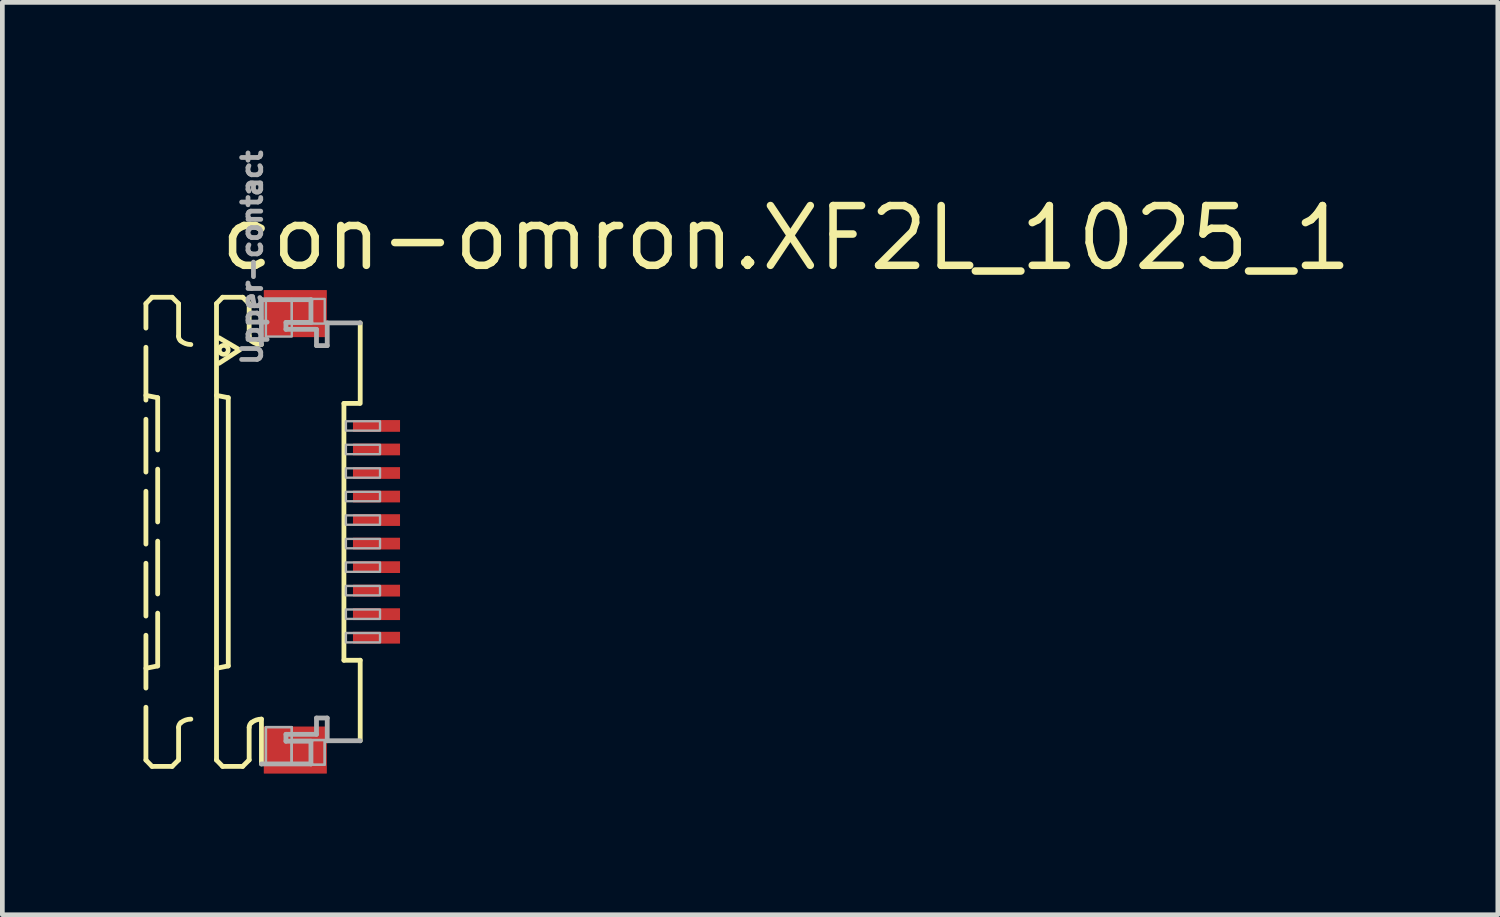
<source format=kicad_pcb>
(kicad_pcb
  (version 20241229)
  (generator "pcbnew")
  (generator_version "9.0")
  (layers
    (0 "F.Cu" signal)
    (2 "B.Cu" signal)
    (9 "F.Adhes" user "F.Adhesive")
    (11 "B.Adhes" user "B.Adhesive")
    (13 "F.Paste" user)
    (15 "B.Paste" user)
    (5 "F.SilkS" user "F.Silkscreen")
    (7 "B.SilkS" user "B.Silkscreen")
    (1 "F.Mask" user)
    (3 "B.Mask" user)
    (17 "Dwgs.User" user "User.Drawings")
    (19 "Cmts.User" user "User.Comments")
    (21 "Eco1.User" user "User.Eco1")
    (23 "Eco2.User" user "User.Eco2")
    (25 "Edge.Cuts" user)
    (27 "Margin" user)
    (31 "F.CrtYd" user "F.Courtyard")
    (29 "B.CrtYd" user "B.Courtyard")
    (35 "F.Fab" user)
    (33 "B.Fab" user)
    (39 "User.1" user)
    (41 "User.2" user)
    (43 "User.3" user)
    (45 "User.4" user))
  (footprint "con-omron.XF2L_1025_1"
    (layer "F.Cu")
    (at 3.046 8.252)
    (property "Reference" "con-omron.XF2L_1025_1" (at -1.5 -5.5 0) (layer "F.SilkS") (effects (font (size 1.27 1.27) (thickness 0.16)) (justify left bottom)))
    (attr smd)
    (fp_rect (start 1.355 -2.075) (end 2.455 -2.425) (stroke (width 0.05) (type default)) (fill yes) (layer "F.Mask"))
    (fp_rect (start 1.355 -1.575) (end 2.455 -1.925) (stroke (width 0.05) (type default)) (fill yes) (layer "F.Mask"))
    (fp_rect (start 1.355 -1.075) (end 2.455 -1.425) (stroke (width 0.05) (type default)) (fill yes) (layer "F.Mask"))
    (fp_rect (start 1.355 -0.575) (end 2.455 -0.925) (stroke (width 0.05) (type default)) (fill yes) (layer "F.Mask"))
    (fp_rect (start 1.355 -0.075) (end 2.455 -0.425) (stroke (width 0.05) (type default)) (fill yes) (layer "F.Mask"))
    (fp_rect (start 1.355 0.425) (end 2.455 0.075) (stroke (width 0.05) (type default)) (fill yes) (layer "F.Mask"))
    (fp_rect (start 1.355 0.925) (end 2.455 0.575) (stroke (width 0.05) (type default)) (fill yes) (layer "F.Mask"))
    (fp_rect (start 1.355 1.425) (end 2.455 1.075) (stroke (width 0.05) (type default)) (fill yes) (layer "F.Mask"))
    (fp_rect (start 1.355 1.925) (end 2.455 1.575) (stroke (width 0.05) (type default)) (fill yes) (layer "F.Mask"))
    (fp_rect (start 1.355 2.425) (end 2.455 2.075) (stroke (width 0.05) (type default)) (fill yes) (layer "F.Mask"))
    (fp_line (start -2.995 -4.85) (end -2.865 -4.985) (stroke (width 0.102) (type default)) (layer "F.SilkS"))
    (fp_line (start -2.995 -2.9) (end -2.745 -2.85) (stroke (width 0.102) (type default)) (layer "F.SilkS"))
    (fp_line (start -2.995 4.85) (end -2.995 -4.85) (stroke (width 0.102) (type dash)) (layer "F.SilkS"))
    (fp_line (start -2.995 4.85) (end -2.865 4.985) (stroke (width 0.102) (type default)) (layer "F.SilkS"))
    (fp_line (start -2.865 -4.985) (end -2.438 -4.985) (stroke (width 0.102) (type dash)) (layer "F.SilkS"))
    (fp_line (start -2.865 4.985) (end -2.438 4.985) (stroke (width 0.102) (type dash)) (layer "F.SilkS"))
    (fp_line (start -2.745 2.85) (end -2.995 2.9) (stroke (width 0.102) (type default)) (layer "F.SilkS"))
    (fp_line (start -2.745 2.85) (end -2.745 -2.85) (stroke (width 0.102) (type dash)) (layer "F.SilkS"))
    (fp_line (start -2.438 -4.985) (end -2.301 -4.848) (stroke (width 0.102) (type default)) (layer "F.SilkS"))
    (fp_line (start -2.438 4.985) (end -2.301 4.848) (stroke (width 0.102) (type default)) (layer "F.SilkS"))
    (fp_line (start -2.301 -4.848) (end -2.301 -4.156) (stroke (width 0.102) (type dash)) (layer "F.SilkS"))
    (fp_line (start -2.301 4.848) (end -2.301 4.156) (stroke (width 0.102) (type dash)) (layer "F.SilkS"))
    (fp_line (start -1.495 -4.85) (end -1.365 -4.985) (stroke (width 0.102) (type default)) (layer "F.SilkS"))
    (fp_line (start -1.495 -2.9) (end -1.245 -2.85) (stroke (width 0.102) (type default)) (layer "F.SilkS"))
    (fp_line (start -1.495 4.85) (end -1.495 -4.85) (stroke (width 0.102) (type default)) (layer "F.SilkS"))
    (fp_line (start -1.495 4.85) (end -1.365 4.985) (stroke (width 0.102) (type default)) (layer "F.SilkS"))
    (fp_line (start -1.441 -4.123) (end -1.005 -3.867) (stroke (width 0.102) (type default)) (layer "F.SilkS"))
    (fp_line (start -1.365 -4.985) (end -0.939 -4.985) (stroke (width 0.102) (type default)) (layer "F.SilkS"))
    (fp_line (start -1.365 4.985) (end -0.939 4.985) (stroke (width 0.102) (type default)) (layer "F.SilkS"))
    (fp_line (start -1.245 2.85) (end -1.495 2.9) (stroke (width 0.102) (type default)) (layer "F.SilkS"))
    (fp_line (start -1.245 2.85) (end -1.245 -2.85) (stroke (width 0.102) (type default)) (layer "F.SilkS"))
    (fp_line (start -1.005 -3.867) (end -1.441 -3.582) (stroke (width 0.102) (type default)) (layer "F.SilkS"))
    (fp_line (start -0.939 -4.985) (end -0.801 -4.848) (stroke (width 0.102) (type default)) (layer "F.SilkS"))
    (fp_line (start -0.939 4.985) (end -0.801 4.848) (stroke (width 0.102) (type default)) (layer "F.SilkS"))
    (fp_line (start -0.801 -4.848) (end -0.801 -4.156) (stroke (width 0.102) (type default)) (layer "F.SilkS"))
    (fp_line (start -0.801 4.848) (end -0.801 4.156) (stroke (width 0.102) (type default)) (layer "F.SilkS"))
    (fp_line (start -0.54 3.98) (end -0.54 4.933) (stroke (width 0.102) (type default)) (layer "F.SilkS"))
    (fp_line (start 1.213 2.729) (end 1.213 -2.729) (stroke (width 0.102) (type default)) (layer "F.SilkS"))
    (fp_line (start 1.538 -2.729) (end 1.213 -2.729) (stroke (width 0.102) (type default)) (layer "F.SilkS"))
    (fp_line (start 1.559 -4.44) (end 1.559 -2.729) (stroke (width 0.102) (type default)) (layer "F.SilkS"))
    (fp_line (start 1.559 2.729) (end 1.213 2.729) (stroke (width 0.102) (type default)) (layer "F.SilkS"))
    (fp_line (start 1.559 4.44) (end 1.559 2.729) (stroke (width 0.102) (type default)) (layer "F.SilkS"))
    (fp_arc (start -2.301 4.1557) (mid -2.288538 4.100596) (end -2.2536 4.0562) (stroke (width 0.1016) (type default)) (layer "F.SilkS"))
    (fp_arc (start -2.2536 -4.0562) (mid -2.288538 -4.100596) (end -2.301 -4.1557) (stroke (width 0.1016) (type default)) (layer "F.SilkS"))
    (fp_arc (start -2.2536 4.0562) (mid -2.153476 3.999936) (end -2.0403 3.9804) (stroke (width 0.1016) (type default)) (layer "F.SilkS"))
    (fp_arc (start -2.0403 -3.9804) (mid -2.153476 -3.999936) (end -2.2536 -4.0562) (stroke (width 0.1016) (type default)) (layer "F.SilkS"))
    (fp_arc (start -0.801 4.1557) (mid -0.788538 4.100596) (end -0.7536 4.0562) (stroke (width 0.1016) (type default)) (layer "F.SilkS"))
    (fp_arc (start -0.7536 -4.0562) (mid -0.788538 -4.100596) (end -0.801 -4.1557) (stroke (width 0.1016) (type default)) (layer "F.SilkS"))
    (fp_arc (start -0.7536 4.0562) (mid -0.653476 3.999936) (end -0.5403 3.9804) (stroke (width 0.1016) (type default)) (layer "F.SilkS"))
    (fp_arc (start -0.5403 -3.9804) (mid -0.653476 -3.999936) (end -0.7536 -4.0562) (stroke (width 0.1016) (type default)) (layer "F.SilkS"))
    (fp_circle (center -1.341 -3.867) (end -1.246 -3.867) (stroke (width 0.1) (type default)) (fill no) (layer "F.SilkS"))
    (fp_line (start -0.54 -4.933) (end 0.512 -4.933) (stroke (width 0.102) (type default)) (layer "F.Fab"))
    (fp_line (start -0.54 -3.98) (end -0.54 -4.933) (stroke (width 0.102) (type default)) (layer "F.Fab"))
    (fp_line (start -0.54 4.933) (end 0.512 4.933) (stroke (width 0.102) (type default)) (layer "F.Fab"))
    (fp_line (start -0.019 -4.45) (end -0.019 -4.303) (stroke (width 0.102) (type default)) (layer "F.Fab"))
    (fp_line (start -0.019 -4.303) (end 0.63 -4.303) (stroke (width 0.102) (type default)) (layer "F.Fab"))
    (fp_line (start -0.019 4.303) (end 0.63 4.303) (stroke (width 0.102) (type default)) (layer "F.Fab"))
    (fp_line (start -0.019 4.45) (end -0.019 4.303) (stroke (width 0.102) (type default)) (layer "F.Fab"))
    (fp_line (start 0.512 -4.933) (end 0.512 -4.45) (stroke (width 0.102) (type default)) (layer "F.Fab"))
    (fp_line (start 0.512 -4.45) (end -0.019 -4.45) (stroke (width 0.102) (type default)) (layer "F.Fab"))
    (fp_line (start 0.512 4.45) (end -0.019 4.45) (stroke (width 0.102) (type default)) (layer "F.Fab"))
    (fp_line (start 0.512 4.933) (end 0.512 4.45) (stroke (width 0.102) (type default)) (layer "F.Fab"))
    (fp_line (start 0.63 -4.303) (end 0.63 -3.957) (stroke (width 0.102) (type default)) (layer "F.Fab"))
    (fp_line (start 0.63 -3.957) (end 0.858 -3.957) (stroke (width 0.102) (type default)) (layer "F.Fab"))
    (fp_line (start 0.63 3.957) (end 0.858 3.957) (stroke (width 0.102) (type default)) (layer "F.Fab"))
    (fp_line (start 0.63 4.303) (end 0.63 3.957) (stroke (width 0.102) (type default)) (layer "F.Fab"))
    (fp_line (start 0.858 -4.44) (end 1.559 -4.44) (stroke (width 0.102) (type default)) (layer "F.Fab"))
    (fp_line (start 0.858 -3.957) (end 0.858 -4.44) (stroke (width 0.102) (type default)) (layer "F.Fab"))
    (fp_line (start 0.858 3.957) (end 0.858 4.44) (stroke (width 0.102) (type default)) (layer "F.Fab"))
    (fp_line (start 0.858 4.44) (end 1.559 4.44) (stroke (width 0.102) (type default)) (layer "F.Fab"))
    (fp_rect (start -0.445 -4.15) (end 0.105 -4.95) (stroke (width 0.05) (type default)) (fill no) (layer "F.Fab"))
    (fp_rect (start -0.445 4.95) (end 0.105 4.15) (stroke (width 0.05) (type default)) (fill no) (layer "F.Fab"))
    (fp_rect (start -0.445 4.95) (end 0.105 4.15) (stroke (width 0.05) (type default)) (fill no) (layer "F.Fab"))
    (fp_rect (start 0.105 -4.425) (end 0.805 -4.95) (stroke (width 0.05) (type default)) (fill no) (layer "F.Fab"))
    (fp_rect (start 0.105 4.95) (end 0.805 4.425) (stroke (width 0.05) (type default)) (fill no) (layer "F.Fab"))
    (fp_rect (start 0.105 4.95) (end 0.805 4.425) (stroke (width 0.05) (type default)) (fill no) (layer "F.Fab"))
    (fp_rect (start 1.255 -2.15) (end 1.98 -2.35) (stroke (width 0.05) (type default)) (fill no) (layer "F.Fab"))
    (fp_rect (start 1.255 -1.65) (end 1.98 -1.85) (stroke (width 0.05) (type default)) (fill no) (layer "F.Fab"))
    (fp_rect (start 1.255 -1.15) (end 1.98 -1.35) (stroke (width 0.05) (type default)) (fill no) (layer "F.Fab"))
    (fp_rect (start 1.255 -0.65) (end 1.98 -0.85) (stroke (width 0.05) (type default)) (fill no) (layer "F.Fab"))
    (fp_rect (start 1.255 -0.15) (end 1.98 -0.35) (stroke (width 0.05) (type default)) (fill no) (layer "F.Fab"))
    (fp_rect (start 1.255 0.35) (end 1.98 0.15) (stroke (width 0.05) (type default)) (fill no) (layer "F.Fab"))
    (fp_rect (start 1.255 0.85) (end 1.98 0.65) (stroke (width 0.05) (type default)) (fill no) (layer "F.Fab"))
    (fp_rect (start 1.255 1.35) (end 1.98 1.15) (stroke (width 0.05) (type default)) (fill no) (layer "F.Fab"))
    (fp_rect (start 1.255 1.85) (end 1.98 1.65) (stroke (width 0.05) (type default)) (fill no) (layer "F.Fab"))
    (fp_rect (start 1.255 2.35) (end 1.98 2.15) (stroke (width 0.05) (type default)) (fill no) (layer "F.Fab"))
    (fp_text user "Upper-contact" (at -0.5 -3.5 270) (layer "F.Fab") (effects (font (size 0.406 0.406) (thickness 0.15)) (justify left bottom)))
    (pad "1" smd roundrect (at 1.905 -2.25) (size 1 0.25) (layers "F.Cu" "F.Mask" "F.Paste") (roundrect_rratio 0.01))
    (pad "2" smd roundrect (at 1.905 -1.75) (size 1 0.25) (layers "F.Cu" "F.Mask" "F.Paste") (roundrect_rratio 0.01))
    (pad "3" smd roundrect (at 1.905 -1.25) (size 1 0.25) (layers "F.Cu" "F.Mask" "F.Paste") (roundrect_rratio 0.01))
    (pad "4" smd roundrect (at 1.905 -0.75) (size 1 0.25) (layers "F.Cu" "F.Mask" "F.Paste") (roundrect_rratio 0.01))
    (pad "5" smd roundrect (at 1.905 -0.25) (size 1 0.25) (layers "F.Cu" "F.Mask" "F.Paste") (roundrect_rratio 0.01))
    (pad "6" smd roundrect (at 1.905 0.25) (size 1 0.25) (layers "F.Cu" "F.Mask" "F.Paste") (roundrect_rratio 0.01))
    (pad "7" smd roundrect (at 1.905 0.75) (size 1 0.25) (layers "F.Cu" "F.Mask" "F.Paste") (roundrect_rratio 0.01))
    (pad "8" smd roundrect (at 1.905 1.25) (size 1 0.25) (layers "F.Cu" "F.Mask" "F.Paste") (roundrect_rratio 0.01))
    (pad "9" smd roundrect (at 1.905 1.75) (size 1 0.25) (layers "F.Cu" "F.Mask" "F.Paste") (roundrect_rratio 0.01))
    (pad "10" smd roundrect (at 1.905 2.25) (size 1 0.25) (layers "F.Cu" "F.Mask" "F.Paste") (roundrect_rratio 0.01))
    (pad "M1" smd roundrect (at 0.18 -4.638) (size 1.34 1) (layers "F.Cu" "F.Mask" "F.Paste") (roundrect_rratio 0.01))
    (pad "M2" smd roundrect (at 0.18 4.638) (size 1.34 1) (layers "F.Cu" "F.Mask" "F.Paste") (roundrect_rratio 0.01)))
  (gr_rect
    (start -3 -3)
    (end 28.781 16.389)
    (stroke (width 0.1) (type default))
    (fill no)
    (layer "Edge.Cuts")))
</source>
